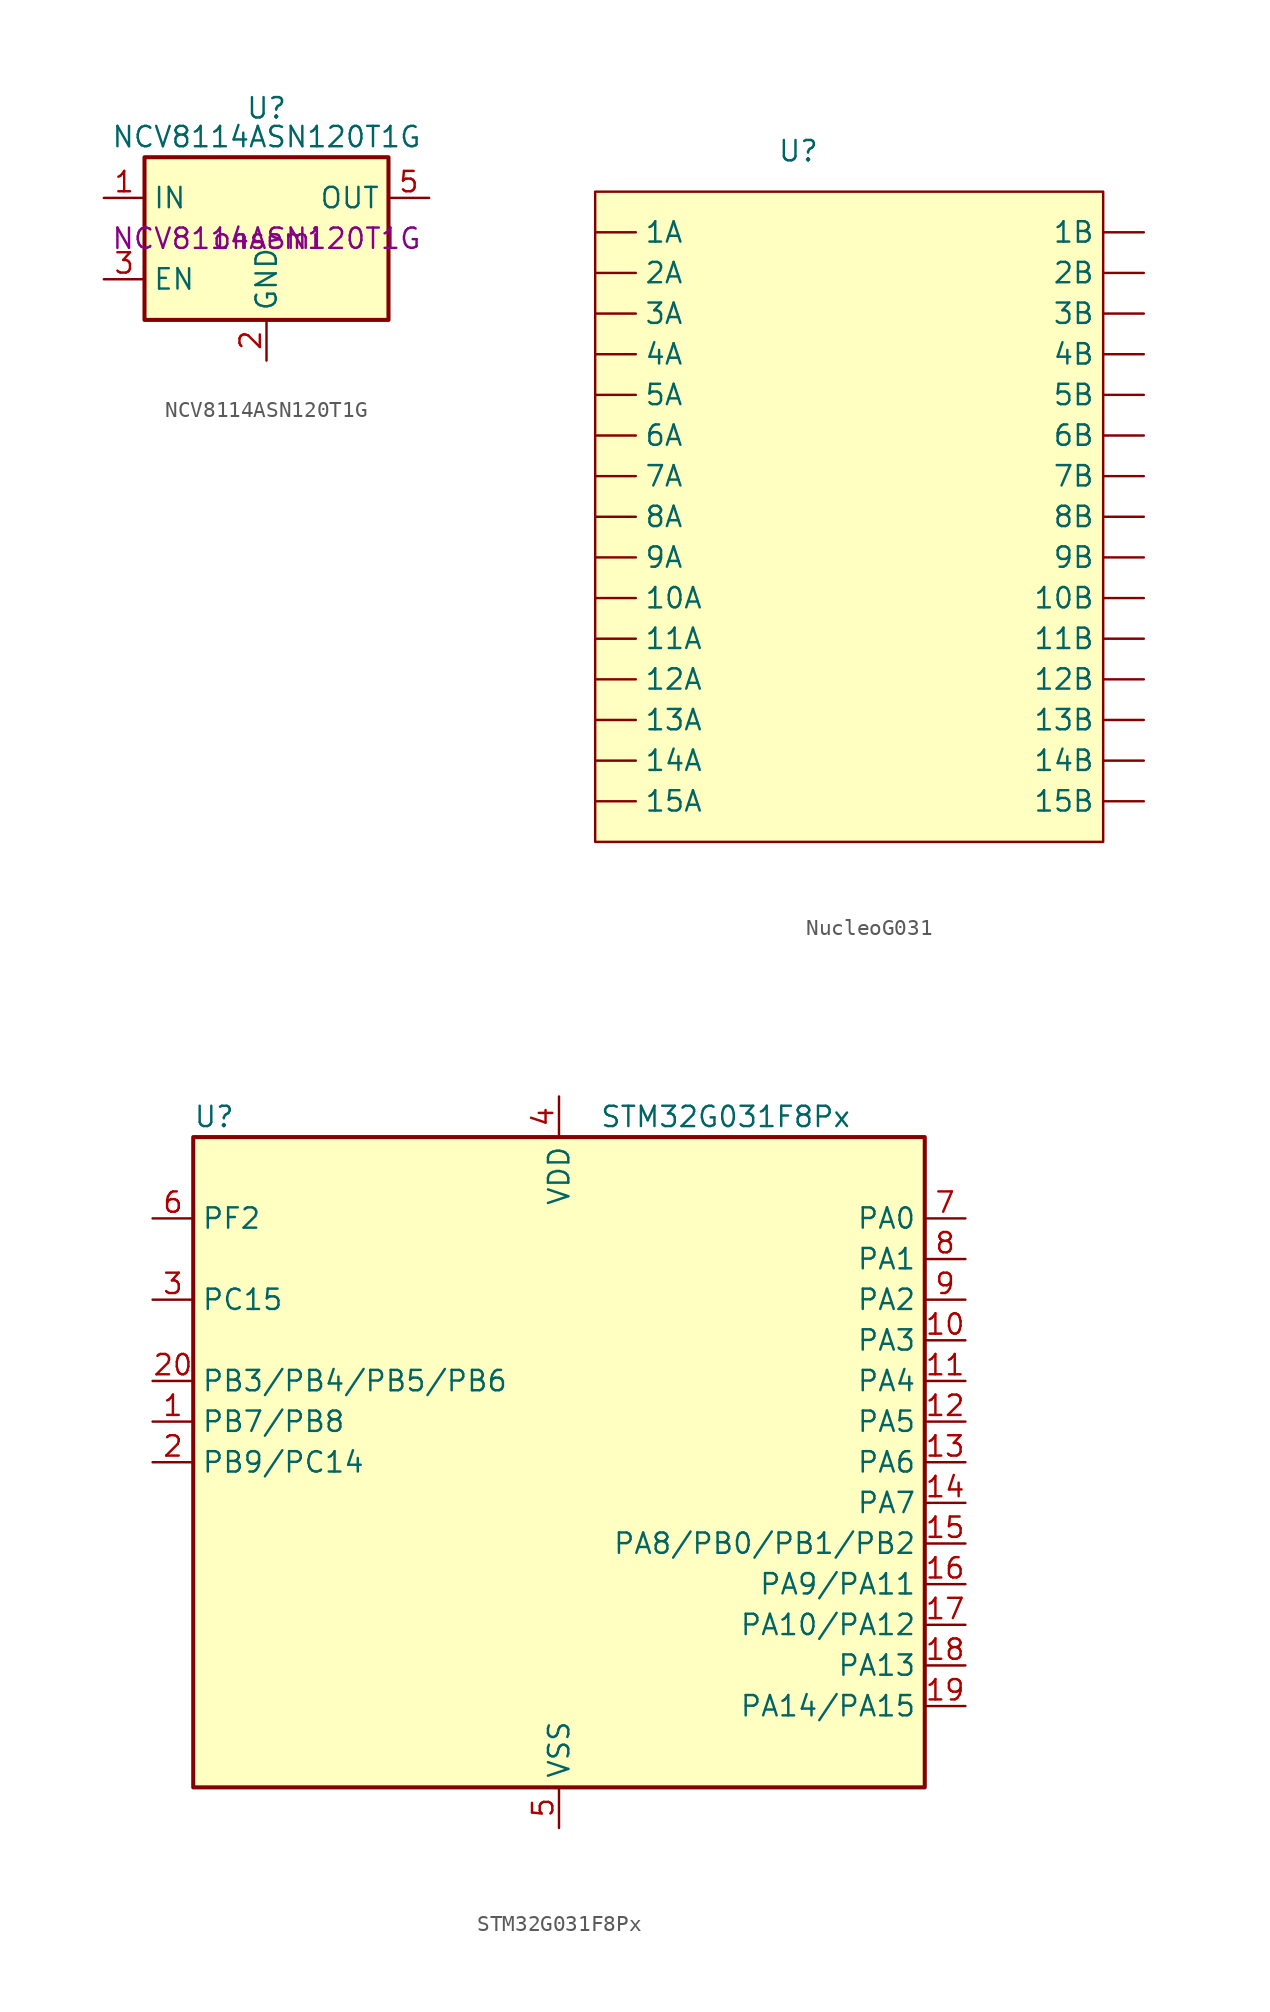
<source format=kicad_sym>
(kicad_symbol_lib
  (version 20231120)
  (generator "kicad_symbol_editor")
  (generator_version "8.0")
  (symbol "NCV8114ASN120T1G"
    (property "Reference" "U"
      (at 0 8.89 0)
      (effects (font (size 1.27 1.27)) (justify top)))
    (property "Value" "NCV8114ASN120T1G"
      (at 0 6.35 0)
      (effects (font (size 1.27 1.27))))
    (property "ManPartN" "NCV8114ASN120T1G"
      (at 0 0 0)
      (effects (font (size 1.27 1.27))))
    (property "Manufacturer" "onsemi"
      (at 0 0 0)
      (effects (font (size 1.27 1.27))))
    (symbol "NCV8114ASN120T1G_0_1"
      (rectangle (start -7.62 5.08) (end 7.62 -5.08) (stroke (width 0.254) (type default)) (fill (type background))))
    (symbol "NCV8114ASN120T1G_1_1"
      (pin power_in line (at -10.16 2.54 0) (length 2.54) (name "IN" (effects (font (size 1.27 1.27)))) (number "1" (effects (font (size 1.27 1.27)))))
      (pin power_in line (at 0 -7.62 90) (length 2.54) (name "GND" (effects (font (size 1.27 1.27)))) (number "2" (effects (font (size 1.27 1.27)))))
      (pin input line (at -10.16 -2.54 0) (length 2.54) (name "EN" (effects (font (size 1.27 1.27)))) (number "3" (effects (font (size 1.27 1.27)))))
      (pin no_connect line (at 7.62 -2.54 180) (length 2.54) hide (name "NC" (effects (font (size 1.27 1.27)))) (number "4" (effects (font (size 1.27 1.27)))))
      (pin power_out line (at 10.16 2.54 180) (length 2.54) (name "OUT" (effects (font (size 1.27 1.27)))) (number "5" (effects (font (size 1.27 1.27)))))))
  (symbol "NucleoG031"
    (pin_numbers hide)
    (property "Reference" "U"
      (at 12.7 2.54 0)
      (effects (font (size 1.27 1.27))))
    (property "Value" ""
      (at 0 0 0)
      (effects (font (size 1.27 1.27))))
    (symbol "NucleoG031_1_1"
      (rectangle (start 0 0) (end 31.75 -40.64) (stroke (width 0) (type default)) (fill (type color) (color 255 255 194 1)))
      (pin bidirectional line (at 0 -25.4 0) (length 2.54) (name "10A" (effects (font (size 1.27 1.27)))) (number "" (effects (font (size 1.27 1.27)))))
      (pin bidirectional line (at 34.29 -25.4 180) (length 2.54) (name "10B" (effects (font (size 1.27 1.27)))) (number "" (effects (font (size 1.27 1.27)))))
      (pin bidirectional line (at 0 -27.94 0) (length 2.54) (name "11A" (effects (font (size 1.27 1.27)))) (number "" (effects (font (size 1.27 1.27)))))
      (pin bidirectional line (at 34.29 -27.94 180) (length 2.54) (name "11B" (effects (font (size 1.27 1.27)))) (number "" (effects (font (size 1.27 1.27)))))
      (pin bidirectional line (at 0 -30.48 0) (length 2.54) (name "12A" (effects (font (size 1.27 1.27)))) (number "" (effects (font (size 1.27 1.27)))))
      (pin bidirectional line (at 34.29 -30.48 180) (length 2.54) (name "12B" (effects (font (size 1.27 1.27)))) (number "" (effects (font (size 1.27 1.27)))))
      (pin bidirectional line (at 0 -33.02 0) (length 2.54) (name "13A" (effects (font (size 1.27 1.27)))) (number "" (effects (font (size 1.27 1.27)))))
      (pin bidirectional line (at 34.29 -33.02 180) (length 2.54) (name "13B" (effects (font (size 1.27 1.27)))) (number "" (effects (font (size 1.27 1.27)))))
      (pin bidirectional line (at 0 -35.56 0) (length 2.54) (name "14A" (effects (font (size 1.27 1.27)))) (number "" (effects (font (size 1.27 1.27)))))
      (pin bidirectional line (at 34.29 -35.56 180) (length 2.54) (name "14B" (effects (font (size 1.27 1.27)))) (number "" (effects (font (size 1.27 1.27)))))
      (pin bidirectional line (at 0 -38.1 0) (length 2.54) (name "15A" (effects (font (size 1.27 1.27)))) (number "" (effects (font (size 1.27 1.27)))))
      (pin bidirectional line (at 34.29 -38.1 180) (length 2.54) (name "15B" (effects (font (size 1.27 1.27)))) (number "" (effects (font (size 1.27 1.27)))))
      (pin bidirectional line (at 0 -2.54 0) (length 2.54) (name "1A" (effects (font (size 1.27 1.27)))) (number "" (effects (font (size 1.27 1.27)))))
      (pin bidirectional line (at 34.29 -2.54 180) (length 2.54) (name "1B" (effects (font (size 1.27 1.27)))) (number "" (effects (font (size 1.27 1.27)))))
      (pin bidirectional line (at 0 -5.08 0) (length 2.54) (name "2A" (effects (font (size 1.27 1.27)))) (number "" (effects (font (size 1.27 1.27)))))
      (pin bidirectional line (at 34.29 -5.08 180) (length 2.54) (name "2B" (effects (font (size 1.27 1.27)))) (number "" (effects (font (size 1.27 1.27)))))
      (pin bidirectional line (at 0 -7.62 0) (length 2.54) (name "3A" (effects (font (size 1.27 1.27)))) (number "" (effects (font (size 1.27 1.27)))))
      (pin bidirectional line (at 34.29 -7.62 180) (length 2.54) (name "3B" (effects (font (size 1.27 1.27)))) (number "" (effects (font (size 1.27 1.27)))))
      (pin bidirectional line (at 0 -10.16 0) (length 2.54) (name "4A" (effects (font (size 1.27 1.27)))) (number "" (effects (font (size 1.27 1.27)))))
      (pin bidirectional line (at 34.29 -10.16 180) (length 2.54) (name "4B" (effects (font (size 1.27 1.27)))) (number "" (effects (font (size 1.27 1.27)))))
      (pin bidirectional line (at 0 -12.7 0) (length 2.54) (name "5A" (effects (font (size 1.27 1.27)))) (number "" (effects (font (size 1.27 1.27)))))
      (pin bidirectional line (at 34.29 -12.7 180) (length 2.54) (name "5B" (effects (font (size 1.27 1.27)))) (number "" (effects (font (size 1.27 1.27)))))
      (pin bidirectional line (at 0 -15.24 0) (length 2.54) (name "6A" (effects (font (size 1.27 1.27)))) (number "" (effects (font (size 1.27 1.27)))))
      (pin bidirectional line (at 34.29 -15.24 180) (length 2.54) (name "6B" (effects (font (size 1.27 1.27)))) (number "" (effects (font (size 1.27 1.27)))))
      (pin bidirectional line (at 0 -17.78 0) (length 2.54) (name "7A" (effects (font (size 1.27 1.27)))) (number "" (effects (font (size 1.27 1.27)))))
      (pin bidirectional line (at 34.29 -17.78 180) (length 2.54) (name "7B" (effects (font (size 1.27 1.27)))) (number "" (effects (font (size 1.27 1.27)))))
      (pin bidirectional line (at 0 -20.32 0) (length 2.54) (name "8A" (effects (font (size 1.27 1.27)))) (number "" (effects (font (size 1.27 1.27)))))
      (pin bidirectional line (at 34.29 -20.32 180) (length 2.54) (name "8B" (effects (font (size 1.27 1.27)))) (number "" (effects (font (size 1.27 1.27)))))
      (pin bidirectional line (at 0 -22.86 0) (length 2.54) (name "9A" (effects (font (size 1.27 1.27)))) (number "" (effects (font (size 1.27 1.27)))))
      (pin bidirectional line (at 34.29 -22.86 180) (length 2.54) (name "9B" (effects (font (size 1.27 1.27)))) (number "" (effects (font (size 1.27 1.27)))))))
  (symbol "STM32G031F8Px"
    (property "Reference" "U"
      (at -22.86 21.59 0)
      (effects (font (size 1.27 1.27)) (justify left)))
    (property "Value" "STM32G031F8Px"
      (at 2.54 21.59 0)
      (effects (font (size 1.27 1.27)) (justify left)))
    (symbol "STM32G031F8Px_0_1"
      (rectangle (start -22.86 -20.32) (end 22.86 20.32) (stroke (width 0.254) (type default)) (fill (type background))))
    (symbol "STM32G031F8Px_1_1"
      (pin bidirectional line (at -25.4 2.54 0) (length 2.54) (name "PB7/PB8" (effects (font (size 1.27 1.27)))) (number "1" (effects (font (size 1.27 1.27)))) (alternate "ADC1_IN11 (PB7)" bidirectional line) (alternate "I2C1_SCL (PB8)" bidirectional line) (alternate "I2C1_SDA (PB7)" bidirectional line) (alternate "LPTIM1_IN2 (PB7)" bidirectional line) (alternate "PB7" bidirectional line) (alternate "PB8" bidirectional line) (alternate "SPI2_MOSI (PB7)" bidirectional line) (alternate "SPI2_SCK (PB8)" bidirectional line) (alternate "SYS_PVD_IN (PB7)" bidirectional line) (alternate "TIM16_CH1 (PB8)" bidirectional line) (alternate "TIM17_CH1N (PB7)" bidirectional line) (alternate "USART1_RX (PB7)" bidirectional line))
      (pin bidirectional line (at 25.4 7.62 180) (length 2.54) (name "PA3" (effects (font (size 1.27 1.27)))) (number "10" (effects (font (size 1.27 1.27)))) (alternate "ADC1_IN3" bidirectional line) (alternate "LPUART1_RX" bidirectional line) (alternate "SPI2_MISO" bidirectional line) (alternate "TIM2_CH4" bidirectional line) (alternate "USART2_RX" bidirectional line))
      (pin bidirectional line (at 25.4 5.08 180) (length 2.54) (name "PA4" (effects (font (size 1.27 1.27)))) (number "11" (effects (font (size 1.27 1.27)))) (alternate "ADC1_IN4" bidirectional line) (alternate "I2S1_WS" bidirectional line) (alternate "LPTIM2_OUT" bidirectional line) (alternate "RTC_OUT_ALARM" bidirectional line) (alternate "RTC_OUT_CALIB" bidirectional line) (alternate "RTC_TAMP_IN1" bidirectional line) (alternate "RTC_TS" bidirectional line) (alternate "SPI1_NSS" bidirectional line) (alternate "SPI2_MOSI" bidirectional line) (alternate "SYS_WKUP2" bidirectional line) (alternate "TIM14_CH1" bidirectional line))
      (pin bidirectional line (at 25.4 2.54 180) (length 2.54) (name "PA5" (effects (font (size 1.27 1.27)))) (number "12" (effects (font (size 1.27 1.27)))) (alternate "ADC1_IN5" bidirectional line) (alternate "I2S1_CK" bidirectional line) (alternate "LPTIM2_ETR" bidirectional line) (alternate "SPI1_SCK" bidirectional line) (alternate "TIM2_CH1" bidirectional line) (alternate "TIM2_ETR" bidirectional line))
      (pin bidirectional line (at 25.4 0 180) (length 2.54) (name "PA6" (effects (font (size 1.27 1.27)))) (number "13" (effects (font (size 1.27 1.27)))) (alternate "ADC1_IN6" bidirectional line) (alternate "I2S1_MCK" bidirectional line) (alternate "LPUART1_CTS" bidirectional line) (alternate "SPI1_MISO" bidirectional line) (alternate "TIM16_CH1" bidirectional line) (alternate "TIM1_BK" bidirectional line) (alternate "TIM3_CH1" bidirectional line))
      (pin bidirectional line (at 25.4 -2.54 180) (length 2.54) (name "PA7" (effects (font (size 1.27 1.27)))) (number "14" (effects (font (size 1.27 1.27)))) (alternate "ADC1_IN7" bidirectional line) (alternate "I2S1_SD" bidirectional line) (alternate "SPI1_MOSI" bidirectional line) (alternate "TIM14_CH1" bidirectional line) (alternate "TIM17_CH1" bidirectional line) (alternate "TIM1_CH1N" bidirectional line) (alternate "TIM3_CH2" bidirectional line))
      (pin bidirectional line (at 25.4 -5.08 180) (length 2.54) (name "PA8/PB0/PB1/PB2" (effects (font (size 1.27 1.27)))) (number "15" (effects (font (size 1.27 1.27)))) (alternate "ADC1_IN10 (PB2)" bidirectional line) (alternate "ADC1_IN8 (PB0)" bidirectional line) (alternate "ADC1_IN9 (PB1)" bidirectional line) (alternate "I2S1_WS (PB0)" bidirectional line) (alternate "LPTIM1_OUT (PB0)" bidirectional line) (alternate "LPTIM1_OUT (PB2)" bidirectional line) (alternate "LPTIM2_IN1 (PB1)" bidirectional line) (alternate "LPTIM2_OUT (PA8)" bidirectional line) (alternate "LPUART1_DE (PB1)" bidirectional line) (alternate "LPUART1_RTS (PB1)" bidirectional line) (alternate "PA8" bidirectional line) (alternate "PB0" bidirectional line) (alternate "PB1" bidirectional line) (alternate "PB2" bidirectional line) (alternate "RCC_MCO (PA8)" bidirectional line) (alternate "SPI1_NSS (PB0)" bidirectional line) (alternate "SPI2_MISO (PB2)" bidirectional line) (alternate "SPI2_NSS (PA8)" bidirectional line) (alternate "TIM14_CH1 (PB1)" bidirectional line) (alternate "TIM1_CH1 (PA8)" bidirectional line) (alternate "TIM1_CH2N (PB0)" bidirectional line) (alternate "TIM1_CH3N (PB1)" bidirectional line) (alternate "TIM3_CH3 (PB0)" bidirectional line) (alternate "TIM3_CH4 (PB1)" bidirectional line))
      (pin bidirectional line (at 25.4 -7.62 180) (length 2.54) (name "PA9/PA11" (effects (font (size 1.27 1.27)))) (number "16" (effects (font (size 1.27 1.27)))) (alternate "ADC1_EXTI11 (PA11)" bidirectional line) (alternate "ADC1_IN15 (PA11)" bidirectional line) (alternate "I2C1_SCL (PA9)" bidirectional line) (alternate "I2C2_SCL (PA11)" bidirectional line) (alternate "I2S1_MCK (PA11)" bidirectional line) (alternate "PA11" bidirectional line) (alternate "PA9" bidirectional line) (alternate "RCC_MCO (PA9)" bidirectional line) (alternate "SPI1_MISO (PA11)" bidirectional line) (alternate "SPI2_MISO (PA9)" bidirectional line) (alternate "TIM1_BK2 (PA11)" bidirectional line) (alternate "TIM1_CH2 (PA9)" bidirectional line) (alternate "TIM1_CH4 (PA11)" bidirectional line) (alternate "USART1_CTS (PA11)" bidirectional line) (alternate "USART1_NSS (PA11)" bidirectional line) (alternate "USART1_TX (PA9)" bidirectional line))
      (pin bidirectional line (at 25.4 -10.16 180) (length 2.54) (name "PA10/PA12" (effects (font (size 1.27 1.27)))) (number "17" (effects (font (size 1.27 1.27)))) (alternate "ADC1_IN16 (PA12)" bidirectional line) (alternate "I2C1_SDA (PA10)" bidirectional line) (alternate "I2C2_SDA (PA12)" bidirectional line) (alternate "I2S1_SD (PA12)" bidirectional line) (alternate "I2S_CKIN (PA12)" bidirectional line) (alternate "PA10" bidirectional line) (alternate "PA12" bidirectional line) (alternate "SPI1_MOSI (PA12)" bidirectional line) (alternate "SPI2_MOSI (PA10)" bidirectional line) (alternate "TIM17_BK (PA10)" bidirectional line) (alternate "TIM1_CH3 (PA10)" bidirectional line) (alternate "TIM1_ETR (PA12)" bidirectional line) (alternate "USART1_CK (PA12)" bidirectional line) (alternate "USART1_DE (PA12)" bidirectional line) (alternate "USART1_RTS (PA12)" bidirectional line) (alternate "USART1_RX (PA10)" bidirectional line))
      (pin bidirectional line (at 25.4 -12.7 180) (length 2.54) (name "PA13" (effects (font (size 1.27 1.27)))) (number "18" (effects (font (size 1.27 1.27)))) (alternate "ADC1_IN17" bidirectional line) (alternate "IR_OUT" bidirectional line) (alternate "SYS_SWDIO" bidirectional line))
      (pin bidirectional line (at 25.4 -15.24 180) (length 2.54) (name "PA14/PA15" (effects (font (size 1.27 1.27)))) (number "19" (effects (font (size 1.27 1.27)))) (alternate "ADC1_IN18 (PA14)" bidirectional line) (alternate "I2S1_WS (PA15)" bidirectional line) (alternate "PA14" bidirectional line) (alternate "PA15" bidirectional line) (alternate "SPI1_NSS (PA15)" bidirectional line) (alternate "SYS_SWCLK (PA14)" bidirectional line) (alternate "TIM2_CH1 (PA15)" bidirectional line) (alternate "TIM2_ETR (PA15)" bidirectional line) (alternate "USART2_RX (PA15)" bidirectional line) (alternate "USART2_TX (PA14)" bidirectional line))
      (pin bidirectional line (at -25.4 0 0) (length 2.54) (name "PB9/PC14" (effects (font (size 1.27 1.27)))) (number "2" (effects (font (size 1.27 1.27)))) (alternate "I2C1_SDA (PB9)" bidirectional line) (alternate "IR_OUT (PB9)" bidirectional line) (alternate "PB9" bidirectional line) (alternate "PC14" bidirectional line) (alternate "RCC_OSC32_IN (PC14)" bidirectional line) (alternate "RCC_OSC_IN (PC14)" bidirectional line) (alternate "SPI2_NSS (PB9)" bidirectional line) (alternate "TIM17_CH1 (PB9)" bidirectional line) (alternate "TIM1_BK2 (PC14)" bidirectional line))
      (pin bidirectional line (at -25.4 5.08 0) (length 2.54) (name "PB3/PB4/PB5/PB6" (effects (font (size 1.27 1.27)))) (number "20" (effects (font (size 1.27 1.27)))) (alternate "I2C1_SCL (PB6)" bidirectional line) (alternate "I2C1_SMBA (PB5)" bidirectional line) (alternate "I2S1_CK (PB3)" bidirectional line) (alternate "I2S1_MCK (PB4)" bidirectional line) (alternate "I2S1_SD (PB5)" bidirectional line) (alternate "LPTIM1_ETR (PB6)" bidirectional line) (alternate "LPTIM1_IN1 (PB5)" bidirectional line) (alternate "PB3" bidirectional line) (alternate "PB4" bidirectional line) (alternate "PB5" bidirectional line) (alternate "PB6" bidirectional line) (alternate "SPI1_MISO (PB4)" bidirectional line) (alternate "SPI1_MOSI (PB5)" bidirectional line) (alternate "SPI1_SCK (PB3)" bidirectional line) (alternate "SPI2_MISO (PB6)" bidirectional line) (alternate "SYS_WKUP6 (PB5)" bidirectional line) (alternate "TIM16_BK (PB5)" bidirectional line) (alternate "TIM16_CH1N (PB6)" bidirectional line) (alternate "TIM17_BK (PB4)" bidirectional line) (alternate "TIM1_CH2 (PB3)" bidirectional line) (alternate "TIM1_CH3 (PB6)" bidirectional line) (alternate "TIM2_CH2 (PB3)" bidirectional line) (alternate "TIM3_CH1 (PB4)" bidirectional line) (alternate "TIM3_CH2 (PB5)" bidirectional line) (alternate "USART1_CK (PB3)" bidirectional line) (alternate "USART1_CTS (PB4)" bidirectional line) (alternate "USART1_DE (PB3)" bidirectional line) (alternate "USART1_NSS (PB4)" bidirectional line) (alternate "USART1_RTS (PB3)" bidirectional line) (alternate "USART1_TX (PB6)" bidirectional line))
      (pin bidirectional line (at -25.4 10.16 0) (length 2.54) (name "PC15" (effects (font (size 1.27 1.27)))) (number "3" (effects (font (size 1.27 1.27)))) (alternate "RCC_OSC32_EN" bidirectional line) (alternate "RCC_OSC32_OUT" bidirectional line) (alternate "RCC_OSC_EN" bidirectional line))
      (pin power_in line (at 0 22.86 270) (length 2.54) (name "VDD" (effects (font (size 1.27 1.27)))) (number "4" (effects (font (size 1.27 1.27)))))
      (pin power_in line (at 0 -22.86 90) (length 2.54) (name "VSS" (effects (font (size 1.27 1.27)))) (number "5" (effects (font (size 1.27 1.27)))))
      (pin bidirectional line (at -25.4 15.24 0) (length 2.54) (name "PF2" (effects (font (size 1.27 1.27)))) (number "6" (effects (font (size 1.27 1.27)))) (alternate "RCC_MCO" bidirectional line))
      (pin bidirectional line (at 25.4 15.24 180) (length 2.54) (name "PA0" (effects (font (size 1.27 1.27)))) (number "7" (effects (font (size 1.27 1.27)))) (alternate "ADC1_IN0" bidirectional line) (alternate "LPTIM1_OUT" bidirectional line) (alternate "RTC_TAMP_IN2" bidirectional line) (alternate "SPI2_SCK" bidirectional line) (alternate "SYS_WKUP1" bidirectional line) (alternate "TIM2_CH1" bidirectional line) (alternate "TIM2_ETR" bidirectional line) (alternate "USART2_CTS" bidirectional line) (alternate "USART2_NSS" bidirectional line))
      (pin bidirectional line (at 25.4 12.7 180) (length 2.54) (name "PA1" (effects (font (size 1.27 1.27)))) (number "8" (effects (font (size 1.27 1.27)))) (alternate "ADC1_IN1" bidirectional line) (alternate "I2C1_SMBA" bidirectional line) (alternate "I2S1_CK" bidirectional line) (alternate "SPI1_SCK" bidirectional line) (alternate "TIM2_CH2" bidirectional line) (alternate "USART2_CK" bidirectional line) (alternate "USART2_DE" bidirectional line) (alternate "USART2_RTS" bidirectional line))
      (pin bidirectional line (at 25.4 10.16 180) (length 2.54) (name "PA2" (effects (font (size 1.27 1.27)))) (number "9" (effects (font (size 1.27 1.27)))) (alternate "ADC1_IN2" bidirectional line) (alternate "I2S1_SD" bidirectional line) (alternate "LPUART1_TX" bidirectional line) (alternate "RCC_LSCO" bidirectional line) (alternate "SPI1_MOSI" bidirectional line) (alternate "SYS_WKUP4" bidirectional line) (alternate "TIM2_CH3" bidirectional line) (alternate "USART2_TX" bidirectional line)))))
</source>
